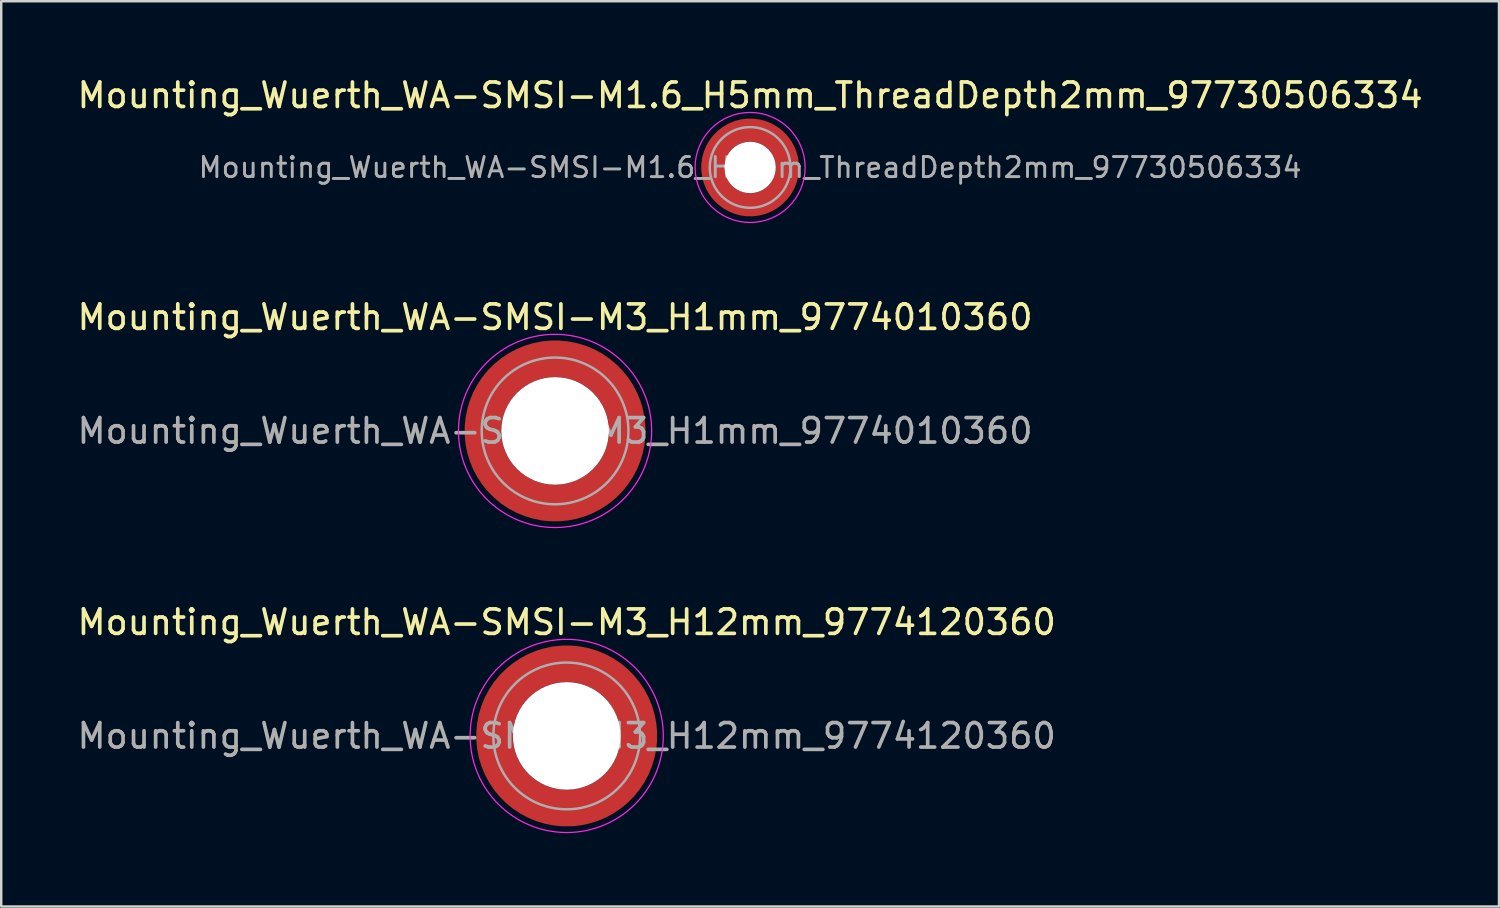
<source format=kicad_pcb>
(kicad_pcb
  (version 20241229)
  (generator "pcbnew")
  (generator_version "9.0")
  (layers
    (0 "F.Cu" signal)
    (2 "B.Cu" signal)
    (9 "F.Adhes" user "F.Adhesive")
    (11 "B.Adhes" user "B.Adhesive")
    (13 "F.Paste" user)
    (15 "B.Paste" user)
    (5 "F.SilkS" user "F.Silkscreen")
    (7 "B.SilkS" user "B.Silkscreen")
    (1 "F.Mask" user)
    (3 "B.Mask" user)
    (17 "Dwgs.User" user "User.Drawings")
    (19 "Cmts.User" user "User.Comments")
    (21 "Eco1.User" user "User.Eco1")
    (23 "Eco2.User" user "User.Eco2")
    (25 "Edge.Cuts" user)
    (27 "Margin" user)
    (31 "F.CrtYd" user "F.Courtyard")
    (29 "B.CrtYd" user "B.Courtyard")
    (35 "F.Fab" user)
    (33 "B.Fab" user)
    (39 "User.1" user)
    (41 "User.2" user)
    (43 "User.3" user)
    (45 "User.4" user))
  (footprint "Mounting_Wuerth_WA-SMSI-M3_H1mm_9774010360"
    (layer "F.Cu")
    (at 19.649 14.572)
    (property "Reference" "Mounting_Wuerth_WA-SMSI-M3_H1mm_9774010360" (at 0 -4.65 0) (layer "F.SilkS") (effects (font (size 1 1) (thickness 0.15))))
    (property "Mouser Part no." "" (at 0 0 0) (layer "F.Fab") (effects (font (size 1.27 1.27) (thickness 0.15))))
    (property "Mouser link" "" (at 0 0 0) (layer "F.Fab") (effects (font (size 1.27 1.27) (thickness 0.15))))
    (attr smd)
    (fp_circle (center 0 0) (end 3.95 0) (stroke (width 0.05) (type solid)) (fill no) (layer "F.CrtYd"))
    (fp_circle (center 0 0) (end 3 0) (stroke (width 0.1) (type solid)) (fill no) (layer "F.Fab"))
    (fp_text user "${REFERENCE}" (at 0 0 0) (layer "F.Fab") (effects (font (size 1 1) (thickness 0.15))))
    (pad "" smd custom (at -2.058 -2.058) (size 0.7 0.7) (layers "F.Paste") (options (anchor circle)) (primitives (gr_arc (start -0.377294 1.707681) (mid 0.317579 0.318817) (end 1.705947 -0.377044) (width 0.2)) (gr_arc (start -0.478281 1.707681) (mid 0.246161 0.248814) (end 1.703965 -0.477765) (width 0.2)) (gr_arc (start -0.579192 1.707681) (mid 0.175492 0.178063) (end 1.704077 -0.578711) (width 0.2)) (gr_arc (start -0.680037 1.707681) (mid 0.105568 0.106564) (end 1.706284 -0.679858) (width 0.2)) (gr_arc (start -0.780822 1.707681) (mid 0.034627 0.036085) (end 1.705634 -0.780569) (width 0.2)) (gr_arc (start -0.881554 1.707681) (mid -0.035694 -0.035016) (end 1.706729 -0.881441) (width 0.2)) (gr_arc (start -0.982237 1.707681) (mid -0.107281 -0.10485) (end 1.704266 -0.981842) (width 0.2)) (gr_arc (start -1.082877 1.707681) (mid -0.178372 -0.175181) (end 1.703197 -1.082374) (width 0.2)) (gr_arc (start -1.183476 1.707681) (mid -0.248964 -0.246008) (end 1.703525 -1.183025) (width 0.2)) (gr_arc (start -1.28404 1.707681) (mid -0.319062 -0.317333) (end 1.70525 -1.283784) (width 0.2)) (gr_line (start 1.708 -0.377) (end 1.708 -1.284) (width 0.2)) (gr_line (start -0.377 1.708) (end -1.284 1.708) (width 0.2))))
    (pad "" smd custom (at -2.058 2.058) (size 0.7 0.7) (layers "F.Paste") (options (anchor circle)) (primitives (gr_arc (start 1.707681 0.377294) (mid 0.318817 -0.317579) (end -0.377044 -1.705947) (width 0.2)) (gr_arc (start 1.707681 0.478281) (mid 0.248814 -0.246161) (end -0.477765 -1.703965) (width 0.2)) (gr_arc (start 1.707681 0.579192) (mid 0.178063 -0.175492) (end -0.578711 -1.704077) (width 0.2)) (gr_arc (start 1.707681 0.680037) (mid 0.106564 -0.105568) (end -0.679858 -1.706284) (width 0.2)) (gr_arc (start 1.707681 0.780822) (mid 0.036085 -0.034627) (end -0.780569 -1.705634) (width 0.2)) (gr_arc (start 1.707681 0.881554) (mid -0.035016 0.035694) (end -0.881441 -1.706729) (width 0.2)) (gr_arc (start 1.707681 0.982237) (mid -0.10485 0.107281) (end -0.981842 -1.704266) (width 0.2)) (gr_arc (start 1.707681 1.082877) (mid -0.175181 0.178372) (end -1.082374 -1.703197) (width 0.2)) (gr_arc (start 1.707681 1.183476) (mid -0.246008 0.248964) (end -1.183025 -1.703525) (width 0.2)) (gr_arc (start 1.707681 1.28404) (mid -0.317333 0.319062) (end -1.283784 -1.70525) (width 0.2)) (gr_line (start -0.377 -1.708) (end -1.284 -1.708) (width 0.2)) (gr_line (start 1.708 0.377) (end 1.708 1.284) (width 0.2))))
    (pad "" np_thru_hole circle (at 0 0) (size 4.4 4.4) (drill 4.4) (layers "*.Cu" "*.Mask"))
    (pad "" smd custom (at 2.058 -2.058) (size 0.7 0.7) (layers "F.Paste") (options (anchor circle)) (primitives (gr_arc (start -1.707681 -0.377294) (mid -0.318817 0.317579) (end 0.377044 1.705947) (width 0.2)) (gr_arc (start -1.707681 -0.478281) (mid -0.248814 0.246161) (end 0.477765 1.703965) (width 0.2)) (gr_arc (start -1.707681 -0.579192) (mid -0.178063 0.175492) (end 0.578711 1.704077) (width 0.2)) (gr_arc (start -1.707681 -0.680037) (mid -0.106564 0.105568) (end 0.679858 1.706284) (width 0.2)) (gr_arc (start -1.707681 -0.780822) (mid -0.036085 0.034627) (end 0.780569 1.705634) (width 0.2)) (gr_arc (start -1.707681 -0.881554) (mid 0.035016 -0.035694) (end 0.881441 1.706729) (width 0.2)) (gr_arc (start -1.707681 -0.982237) (mid 0.10485 -0.107281) (end 0.981842 1.704266) (width 0.2)) (gr_arc (start -1.707681 -1.082877) (mid 0.175181 -0.178372) (end 1.082374 1.703197) (width 0.2)) (gr_arc (start -1.707681 -1.183476) (mid 0.246008 -0.248964) (end 1.183025 1.703525) (width 0.2)) (gr_arc (start -1.707681 -1.28404) (mid 0.317333 -0.319062) (end 1.283784 1.70525) (width 0.2)) (gr_line (start 0.377 1.708) (end 1.284 1.708) (width 0.2)) (gr_line (start -1.708 -0.377) (end -1.708 -1.284) (width 0.2))))
    (pad "" smd custom (at 2.058 2.058) (size 0.7 0.7) (layers "F.Paste") (options (anchor circle)) (primitives (gr_arc (start 0.377294 -1.707681) (mid -0.317579 -0.318817) (end -1.705947 0.377044) (width 0.2)) (gr_arc (start 0.478281 -1.707681) (mid -0.246161 -0.248814) (end -1.703965 0.477765) (width 0.2)) (gr_arc (start 0.579192 -1.707681) (mid -0.175492 -0.178063) (end -1.704077 0.578711) (width 0.2)) (gr_arc (start 0.680037 -1.707681) (mid -0.105568 -0.106564) (end -1.706284 0.679858) (width 0.2)) (gr_arc (start 0.780822 -1.707681) (mid -0.034627 -0.036085) (end -1.705634 0.780569) (width 0.2)) (gr_arc (start 0.881554 -1.707681) (mid 0.035694 0.035016) (end -1.706729 0.881441) (width 0.2)) (gr_arc (start 0.982237 -1.707681) (mid 0.107281 0.10485) (end -1.704266 0.981842) (width 0.2)) (gr_arc (start 1.082877 -1.707681) (mid 0.178372 0.175181) (end -1.703197 1.082374) (width 0.2)) (gr_arc (start 1.183476 -1.707681) (mid 0.248964 0.246008) (end -1.703525 1.183025) (width 0.2)) (gr_arc (start 1.28404 -1.707681) (mid 0.319062 0.317333) (end -1.70525 1.283784) (width 0.2)) (gr_line (start -1.708 0.377) (end -1.708 1.284) (width 0.2)) (gr_line (start 0.377 -1.708) (end 1.284 -1.708) (width 0.2))))
    (pad "1" smd circle (at -2.95 0) (size 1.1 1.1) (layers "F.Cu"))
    (pad "1" smd circle (at 0 -2.95) (size 1.1 1.1) (layers "F.Cu"))
    (pad "1" smd circle (at 0 2.95) (size 1.1 1.1) (layers "F.Cu"))
    (pad "1" smd custom (at 2.95 0) (size 1.1 1.1) (layers "F.Cu" "F.Mask") (options (anchor circle)) (primitives (gr_circle (center -2.95 0) (end 0 0) (width 1.5) (fill no)))))
  (footprint "Mounting_Wuerth_WA-SMSI-M3_H12mm_9774120360"
    (layer "F.Cu")
    (at 20.125 27.045)
    (property "Reference" "Mounting_Wuerth_WA-SMSI-M3_H12mm_9774120360" (at 0 -4.65 0) (layer "F.SilkS") (effects (font (size 1 1) (thickness 0.15))))
    (property "Mouser Part no." "" (at 0 0 0) (layer "F.Fab") (effects (font (size 1.27 1.27) (thickness 0.15))))
    (property "Mouser link" "" (at 0 0 0) (layer "F.Fab") (effects (font (size 1.27 1.27) (thickness 0.15))))
    (attr smd)
    (fp_circle (center 0 0) (end 3.95 0) (stroke (width 0.05) (type solid)) (fill no) (layer "F.CrtYd"))
    (fp_circle (center 0 0) (end 3 0) (stroke (width 0.1) (type solid)) (fill no) (layer "F.Fab"))
    (fp_text user "${REFERENCE}" (at 0 0 0) (layer "F.Fab") (effects (font (size 1 1) (thickness 0.15))))
    (pad "" smd custom (at -2.058 -2.058) (size 0.7 0.7) (layers "F.Paste") (options (anchor circle)) (primitives (gr_arc (start -0.377294 1.707681) (mid 0.317579 0.318817) (end 1.705947 -0.377044) (width 0.2)) (gr_arc (start -0.478281 1.707681) (mid 0.246161 0.248814) (end 1.703965 -0.477765) (width 0.2)) (gr_arc (start -0.579192 1.707681) (mid 0.175492 0.178063) (end 1.704077 -0.578711) (width 0.2)) (gr_arc (start -0.680037 1.707681) (mid 0.105568 0.106564) (end 1.706284 -0.679858) (width 0.2)) (gr_arc (start -0.780822 1.707681) (mid 0.034627 0.036085) (end 1.705634 -0.780569) (width 0.2)) (gr_arc (start -0.881554 1.707681) (mid -0.035694 -0.035016) (end 1.706729 -0.881441) (width 0.2)) (gr_arc (start -0.982237 1.707681) (mid -0.107281 -0.10485) (end 1.704266 -0.981842) (width 0.2)) (gr_arc (start -1.082877 1.707681) (mid -0.178372 -0.175181) (end 1.703197 -1.082374) (width 0.2)) (gr_arc (start -1.183476 1.707681) (mid -0.248964 -0.246008) (end 1.703525 -1.183025) (width 0.2)) (gr_arc (start -1.28404 1.707681) (mid -0.319062 -0.317333) (end 1.70525 -1.283784) (width 0.2)) (gr_line (start 1.708 -0.377) (end 1.708 -1.284) (width 0.2)) (gr_line (start -0.377 1.708) (end -1.284 1.708) (width 0.2))))
    (pad "" smd custom (at -2.058 2.058) (size 0.7 0.7) (layers "F.Paste") (options (anchor circle)) (primitives (gr_arc (start 1.707681 0.377294) (mid 0.318817 -0.317579) (end -0.377044 -1.705947) (width 0.2)) (gr_arc (start 1.707681 0.478281) (mid 0.248814 -0.246161) (end -0.477765 -1.703965) (width 0.2)) (gr_arc (start 1.707681 0.579192) (mid 0.178063 -0.175492) (end -0.578711 -1.704077) (width 0.2)) (gr_arc (start 1.707681 0.680037) (mid 0.106564 -0.105568) (end -0.679858 -1.706284) (width 0.2)) (gr_arc (start 1.707681 0.780822) (mid 0.036085 -0.034627) (end -0.780569 -1.705634) (width 0.2)) (gr_arc (start 1.707681 0.881554) (mid -0.035016 0.035694) (end -0.881441 -1.706729) (width 0.2)) (gr_arc (start 1.707681 0.982237) (mid -0.10485 0.107281) (end -0.981842 -1.704266) (width 0.2)) (gr_arc (start 1.707681 1.082877) (mid -0.175181 0.178372) (end -1.082374 -1.703197) (width 0.2)) (gr_arc (start 1.707681 1.183476) (mid -0.246008 0.248964) (end -1.183025 -1.703525) (width 0.2)) (gr_arc (start 1.707681 1.28404) (mid -0.317333 0.319062) (end -1.283784 -1.70525) (width 0.2)) (gr_line (start -0.377 -1.708) (end -1.284 -1.708) (width 0.2)) (gr_line (start 1.708 0.377) (end 1.708 1.284) (width 0.2))))
    (pad "" np_thru_hole circle (at 0 0) (size 4.4 4.4) (drill 4.4) (layers "*.Cu" "*.Mask"))
    (pad "" smd custom (at 2.058 -2.058) (size 0.7 0.7) (layers "F.Paste") (options (anchor circle)) (primitives (gr_arc (start -1.707681 -0.377294) (mid -0.318817 0.317579) (end 0.377044 1.705947) (width 0.2)) (gr_arc (start -1.707681 -0.478281) (mid -0.248814 0.246161) (end 0.477765 1.703965) (width 0.2)) (gr_arc (start -1.707681 -0.579192) (mid -0.178063 0.175492) (end 0.578711 1.704077) (width 0.2)) (gr_arc (start -1.707681 -0.680037) (mid -0.106564 0.105568) (end 0.679858 1.706284) (width 0.2)) (gr_arc (start -1.707681 -0.780822) (mid -0.036085 0.034627) (end 0.780569 1.705634) (width 0.2)) (gr_arc (start -1.707681 -0.881554) (mid 0.035016 -0.035694) (end 0.881441 1.706729) (width 0.2)) (gr_arc (start -1.707681 -0.982237) (mid 0.10485 -0.107281) (end 0.981842 1.704266) (width 0.2)) (gr_arc (start -1.707681 -1.082877) (mid 0.175181 -0.178372) (end 1.082374 1.703197) (width 0.2)) (gr_arc (start -1.707681 -1.183476) (mid 0.246008 -0.248964) (end 1.183025 1.703525) (width 0.2)) (gr_arc (start -1.707681 -1.28404) (mid 0.317333 -0.319062) (end 1.283784 1.70525) (width 0.2)) (gr_line (start 0.377 1.708) (end 1.284 1.708) (width 0.2)) (gr_line (start -1.708 -0.377) (end -1.708 -1.284) (width 0.2))))
    (pad "" smd custom (at 2.058 2.058) (size 0.7 0.7) (layers "F.Paste") (options (anchor circle)) (primitives (gr_arc (start 0.377294 -1.707681) (mid -0.317579 -0.318817) (end -1.705947 0.377044) (width 0.2)) (gr_arc (start 0.478281 -1.707681) (mid -0.246161 -0.248814) (end -1.703965 0.477765) (width 0.2)) (gr_arc (start 0.579192 -1.707681) (mid -0.175492 -0.178063) (end -1.704077 0.578711) (width 0.2)) (gr_arc (start 0.680037 -1.707681) (mid -0.105568 -0.106564) (end -1.706284 0.679858) (width 0.2)) (gr_arc (start 0.780822 -1.707681) (mid -0.034627 -0.036085) (end -1.705634 0.780569) (width 0.2)) (gr_arc (start 0.881554 -1.707681) (mid 0.035694 0.035016) (end -1.706729 0.881441) (width 0.2)) (gr_arc (start 0.982237 -1.707681) (mid 0.107281 0.10485) (end -1.704266 0.981842) (width 0.2)) (gr_arc (start 1.082877 -1.707681) (mid 0.178372 0.175181) (end -1.703197 1.082374) (width 0.2)) (gr_arc (start 1.183476 -1.707681) (mid 0.248964 0.246008) (end -1.703525 1.183025) (width 0.2)) (gr_arc (start 1.28404 -1.707681) (mid 0.319062 0.317333) (end -1.70525 1.283784) (width 0.2)) (gr_line (start -1.708 0.377) (end -1.708 1.284) (width 0.2)) (gr_line (start 0.377 -1.708) (end 1.284 -1.708) (width 0.2))))
    (pad "1" smd circle (at -2.95 0) (size 1.1 1.1) (layers "F.Cu"))
    (pad "1" smd circle (at 0 -2.95) (size 1.1 1.1) (layers "F.Cu"))
    (pad "1" smd circle (at 0 2.95) (size 1.1 1.1) (layers "F.Cu"))
    (pad "1" smd custom (at 2.95 0) (size 1.1 1.1) (layers "F.Cu" "F.Mask") (options (anchor circle)) (primitives (gr_circle (center -2.95 0) (end 0 0) (width 1.5) (fill no)))))
  (footprint "Mounting_Wuerth_WA-SMSI-M1.6_H5mm_ThreadDepth2mm_97730506334"
    (layer "F.Cu")
    (at 27.625 3.798)
    (property "Reference" "Mounting_Wuerth_WA-SMSI-M1.6_H5mm_ThreadDepth2mm_97730506334" (at 0 -2.95 0) (layer "F.SilkS") (effects (font (size 1 1) (thickness 0.15))))
    (property "Mouser Part no." "" (at 0 0 0) (layer "F.Fab") (effects (font (size 1.27 1.27) (thickness 0.15))))
    (property "Mouser link" "" (at 0 0 0) (layer "F.Fab") (effects (font (size 1.27 1.27) (thickness 0.15))))
    (attr smd)
    (fp_circle (center 0 0) (end 2.25 0) (stroke (width 0.05) (type solid)) (fill no) (layer "F.CrtYd"))
    (fp_circle (center 0 0) (end 1.65 0) (stroke (width 0.1) (type solid)) (fill no) (layer "F.Fab"))
    (fp_text user "${REFERENCE}" (at 0 0 0) (layer "F.Fab") (effects (font (size 0.82 0.82) (thickness 0.12))))
    (pad "" smd custom (at -1.061 -1.061) (size 0.4 0.4) (layers "F.Paste") (options (anchor circle)) (primitives (gr_arc (start -0.101235 0.76066) (mid 0.211799 0.212465) (end 0.759748 -0.100999) (width 0.2)) (gr_arc (start -0.204251 0.76066) (mid 0.141299 0.141544) (end 0.760323 -0.204171) (width 0.2)) (gr_arc (start -0.306819 0.76066) (mid 0.070255 0.071167) (end 0.759401 -0.306542) (width 0.2)) (gr_arc (start -0.409034 0.76066) (mid -0.000242 0.000241) (end 0.759991 -0.408897) (width 0.2)) (gr_arc (start -0.510963 0.76066) (mid -0.071561 -0.06986) (end 0.758297 -0.51051) (width 0.2)) (gr_arc (start -0.61266 0.76066) (mid -0.142171 -0.140671) (end 0.758572 -0.612284) (width 0.2)) (gr_arc (start -0.714164 0.76066) (mid -0.212264 -0.212) (end 0.760292 -0.714102) (width 0.2)) (gr_line (start 0.761 -0.101) (end 0.761 -0.714) (width 0.2)) (gr_line (start -0.101 0.761) (end -0.714 0.761) (width 0.2))))
    (pad "" smd custom (at -1.061 1.061) (size 0.4 0.4) (layers "F.Paste") (options (anchor circle)) (primitives (gr_arc (start 0.76066 0.101235) (mid 0.212465 -0.211799) (end -0.100999 -0.759748) (width 0.2)) (gr_arc (start 0.76066 0.204251) (mid 0.141544 -0.141299) (end -0.204171 -0.760323) (width 0.2)) (gr_arc (start 0.76066 0.306819) (mid 0.071167 -0.070255) (end -0.306542 -0.759401) (width 0.2)) (gr_arc (start 0.76066 0.409034) (mid 0.000241 0.000242) (end -0.408897 -0.759991) (width 0.2)) (gr_arc (start 0.76066 0.510963) (mid -0.06986 0.071561) (end -0.51051 -0.758297) (width 0.2)) (gr_arc (start 0.76066 0.61266) (mid -0.140671 0.142171) (end -0.612284 -0.758572) (width 0.2)) (gr_arc (start 0.76066 0.714164) (mid -0.212 0.212264) (end -0.714102 -0.760292) (width 0.2)) (gr_line (start -0.101 -0.761) (end -0.714 -0.761) (width 0.2)) (gr_line (start 0.761 0.101) (end 0.761 0.714) (width 0.2))))
    (pad "" np_thru_hole circle (at 0 0) (size 2.1 2.1) (drill 2.1) (layers "*.Cu" "*.Mask"))
    (pad "" smd custom (at 1.061 -1.061) (size 0.4 0.4) (layers "F.Paste") (options (anchor circle)) (primitives (gr_arc (start -0.76066 -0.101235) (mid -0.212465 0.211799) (end 0.100999 0.759748) (width 0.2)) (gr_arc (start -0.76066 -0.204251) (mid -0.141544 0.141299) (end 0.204171 0.760323) (width 0.2)) (gr_arc (start -0.76066 -0.306819) (mid -0.071167 0.070255) (end 0.306542 0.759401) (width 0.2)) (gr_arc (start -0.76066 -0.409034) (mid -0.000241 -0.000242) (end 0.408897 0.759991) (width 0.2)) (gr_arc (start -0.76066 -0.510963) (mid 0.06986 -0.071561) (end 0.51051 0.758297) (width 0.2)) (gr_arc (start -0.76066 -0.61266) (mid 0.140671 -0.142171) (end 0.612284 0.758572) (width 0.2)) (gr_arc (start -0.76066 -0.714164) (mid 0.212 -0.212264) (end 0.714102 0.760292) (width 0.2)) (gr_line (start 0.101 0.761) (end 0.714 0.761) (width 0.2)) (gr_line (start -0.761 -0.101) (end -0.761 -0.714) (width 0.2))))
    (pad "" smd custom (at 1.061 1.061) (size 0.4 0.4) (layers "F.Paste") (options (anchor circle)) (primitives (gr_arc (start 0.101235 -0.76066) (mid -0.211799 -0.212465) (end -0.759748 0.100999) (width 0.2)) (gr_arc (start 0.204251 -0.76066) (mid -0.141299 -0.141544) (end -0.760323 0.204171) (width 0.2)) (gr_arc (start 0.306819 -0.76066) (mid -0.070255 -0.071167) (end -0.759401 0.306542) (width 0.2)) (gr_arc (start 0.409034 -0.76066) (mid 0.000242 -0.000241) (end -0.759991 0.408897) (width 0.2)) (gr_arc (start 0.510963 -0.76066) (mid 0.071561 0.06986) (end -0.758297 0.51051) (width 0.2)) (gr_arc (start 0.61266 -0.76066) (mid 0.142171 0.140671) (end -0.758572 0.612284) (width 0.2)) (gr_arc (start 0.714164 -0.76066) (mid 0.212264 0.212) (end -0.760292 0.714102) (width 0.2)) (gr_line (start -0.761 0.101) (end -0.761 0.714) (width 0.2)) (gr_line (start 0.101 -0.761) (end 0.714 -0.761) (width 0.2))))
    (pad "1" smd circle (at -1.525 0) (size 0.55 0.55) (layers "F.Cu"))
    (pad "1" smd circle (at 0 -1.525) (size 0.55 0.55) (layers "F.Cu"))
    (pad "1" smd circle (at 0 1.525) (size 0.55 0.55) (layers "F.Cu"))
    (pad "1" smd custom (at 1.525 0) (size 0.55 0.55) (layers "F.Cu" "F.Mask") (options (anchor circle)) (primitives (gr_circle (center -1.525 0) (end 0 0) (width 0.95) (fill no)))))
  (gr_rect
    (start -3 -3)
    (end 58.25 34.02)
    (stroke (width 0.1) (type default))
    (fill no)
    (layer "Edge.Cuts")))
</source>
